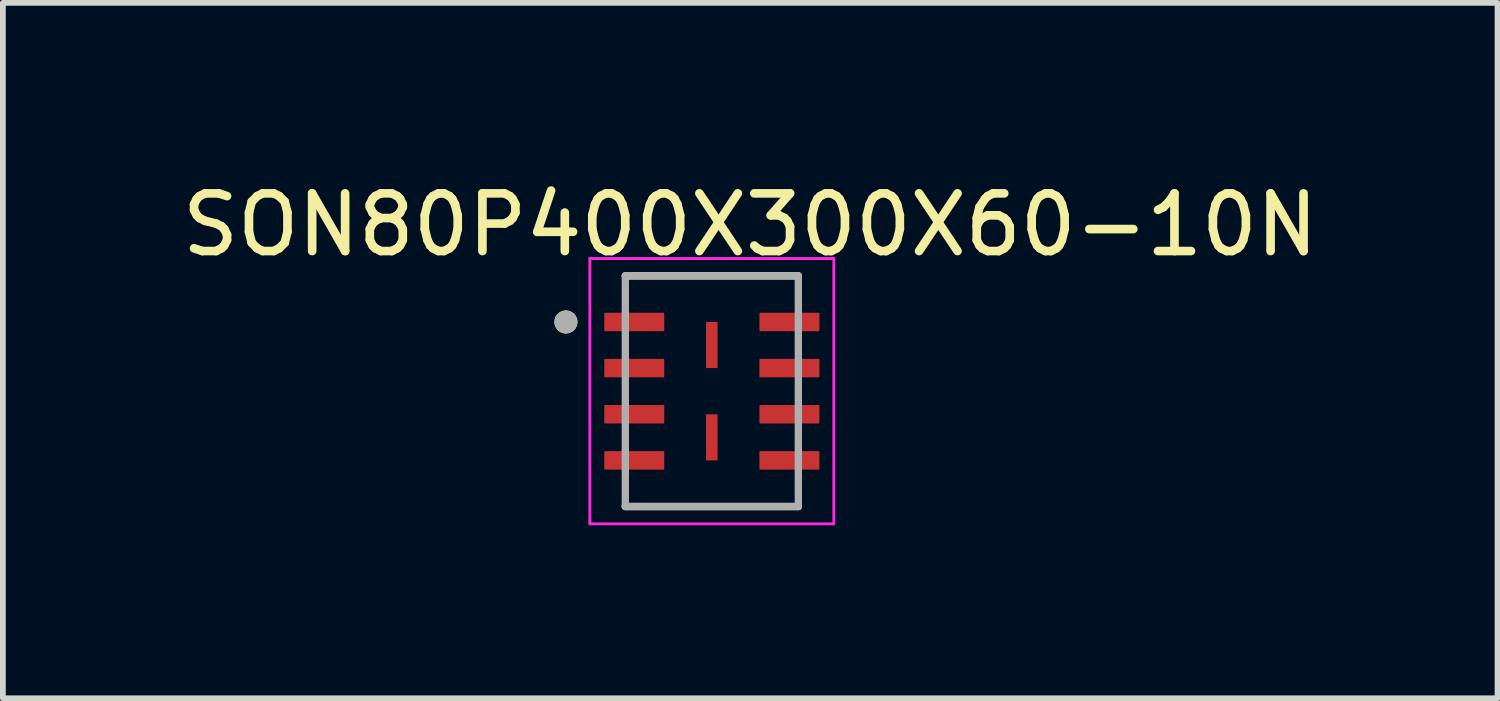
<source format=kicad_pcb>
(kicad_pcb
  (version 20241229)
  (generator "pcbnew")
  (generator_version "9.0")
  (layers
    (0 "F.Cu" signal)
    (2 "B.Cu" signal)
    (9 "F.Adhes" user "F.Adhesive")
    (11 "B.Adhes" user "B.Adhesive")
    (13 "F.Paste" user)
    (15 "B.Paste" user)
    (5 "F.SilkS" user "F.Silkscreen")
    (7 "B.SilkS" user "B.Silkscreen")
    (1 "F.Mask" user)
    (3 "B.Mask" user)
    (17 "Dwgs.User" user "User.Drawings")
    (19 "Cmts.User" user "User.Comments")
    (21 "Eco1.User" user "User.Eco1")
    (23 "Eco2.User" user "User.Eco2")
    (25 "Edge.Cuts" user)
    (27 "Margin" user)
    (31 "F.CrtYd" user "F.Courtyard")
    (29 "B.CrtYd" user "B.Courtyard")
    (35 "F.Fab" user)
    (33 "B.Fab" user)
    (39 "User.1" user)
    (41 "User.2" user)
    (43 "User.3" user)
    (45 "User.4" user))
  (footprint "SON80P400X300X60-10N"
    (layer "F.Cu")
    (at 9.293 3.733)
    (property "Reference" "SON80P400X300X60-10N" (at 0.665 -2.885 0) (layer "F.SilkS") (effects (font (size 1 1) (thickness 0.15))))
    (attr smd)
    (fp_line (start -1.5 -2) (end 1.5 -2) (stroke (width 0.127) (type solid)) (layer "F.SilkS"))
    (fp_line (start -1.5 2) (end 1.5 2) (stroke (width 0.127) (type solid)) (layer "F.SilkS"))
    (fp_circle (center -2.53 -1.2) (end -2.43 -1.2) (stroke (width 0.2) (type solid)) (fill no) (layer "F.SilkS"))
    (fp_line (start -2.115 -2.3) (end -2.115 2.3) (stroke (width 0.05) (type solid)) (layer "F.CrtYd"))
    (fp_line (start -2.115 -2.3) (end 2.115 -2.3) (stroke (width 0.05) (type solid)) (layer "F.CrtYd"))
    (fp_line (start -2.115 2.3) (end 2.115 2.3) (stroke (width 0.05) (type solid)) (layer "F.CrtYd"))
    (fp_line (start 2.115 -2.3) (end 2.115 2.3) (stroke (width 0.05) (type solid)) (layer "F.CrtYd"))
    (fp_line (start -1.5 -2) (end -1.5 2) (stroke (width 0.127) (type solid)) (layer "F.Fab"))
    (fp_line (start -1.5 -2) (end 1.5 -2) (stroke (width 0.127) (type solid)) (layer "F.Fab"))
    (fp_line (start -1.5 2) (end 1.5 2) (stroke (width 0.127) (type solid)) (layer "F.Fab"))
    (fp_line (start 1.5 -2) (end 1.5 2) (stroke (width 0.127) (type solid)) (layer "F.Fab"))
    (fp_circle (center -2.53 -1.2) (end -2.43 -1.2) (stroke (width 0.2) (type solid)) (fill no) (layer "F.Fab"))
    (pad "1" smd roundrect (at -1.345 -1.2) (size 1.04 0.32) (layers "F.Cu" "F.Mask" "F.Paste") (roundrect_rratio 0.04))
    (pad "2" smd roundrect (at -1.345 -0.4) (size 1.04 0.32) (layers "F.Cu" "F.Mask" "F.Paste") (roundrect_rratio 0.04))
    (pad "3" smd roundrect (at -1.345 0.4) (size 1.04 0.32) (layers "F.Cu" "F.Mask" "F.Paste") (roundrect_rratio 0.04))
    (pad "4" smd roundrect (at -1.345 1.2) (size 1.04 0.32) (layers "F.Cu" "F.Mask" "F.Paste") (roundrect_rratio 0.04))
    (pad "5" smd roundrect (at 1.345 1.2) (size 1.04 0.32) (layers "F.Cu" "F.Mask" "F.Paste") (roundrect_rratio 0.04))
    (pad "6" smd roundrect (at 1.345 0.4) (size 1.04 0.32) (layers "F.Cu" "F.Mask" "F.Paste") (roundrect_rratio 0.04))
    (pad "7" smd roundrect (at 1.345 -0.4) (size 1.04 0.32) (layers "F.Cu" "F.Mask" "F.Paste") (roundrect_rratio 0.04))
    (pad "8" smd roundrect (at 1.345 -1.2) (size 1.04 0.32) (layers "F.Cu" "F.Mask" "F.Paste") (roundrect_rratio 0.04))
    (pad "9" smd rect (at 0 -0.8) (size 0.2 0.8) (layers "F.Cu" "F.Mask" "F.Paste"))
    (pad "10" smd rect (at 0 0.8) (size 0.2 0.8) (layers "F.Cu" "F.Mask" "F.Paste")))
  (gr_rect
    (start -3 -3)
    (end 22.917 9.058)
    (stroke (width 0.1) (type default))
    (fill no)
    (layer "Edge.Cuts")))
</source>
